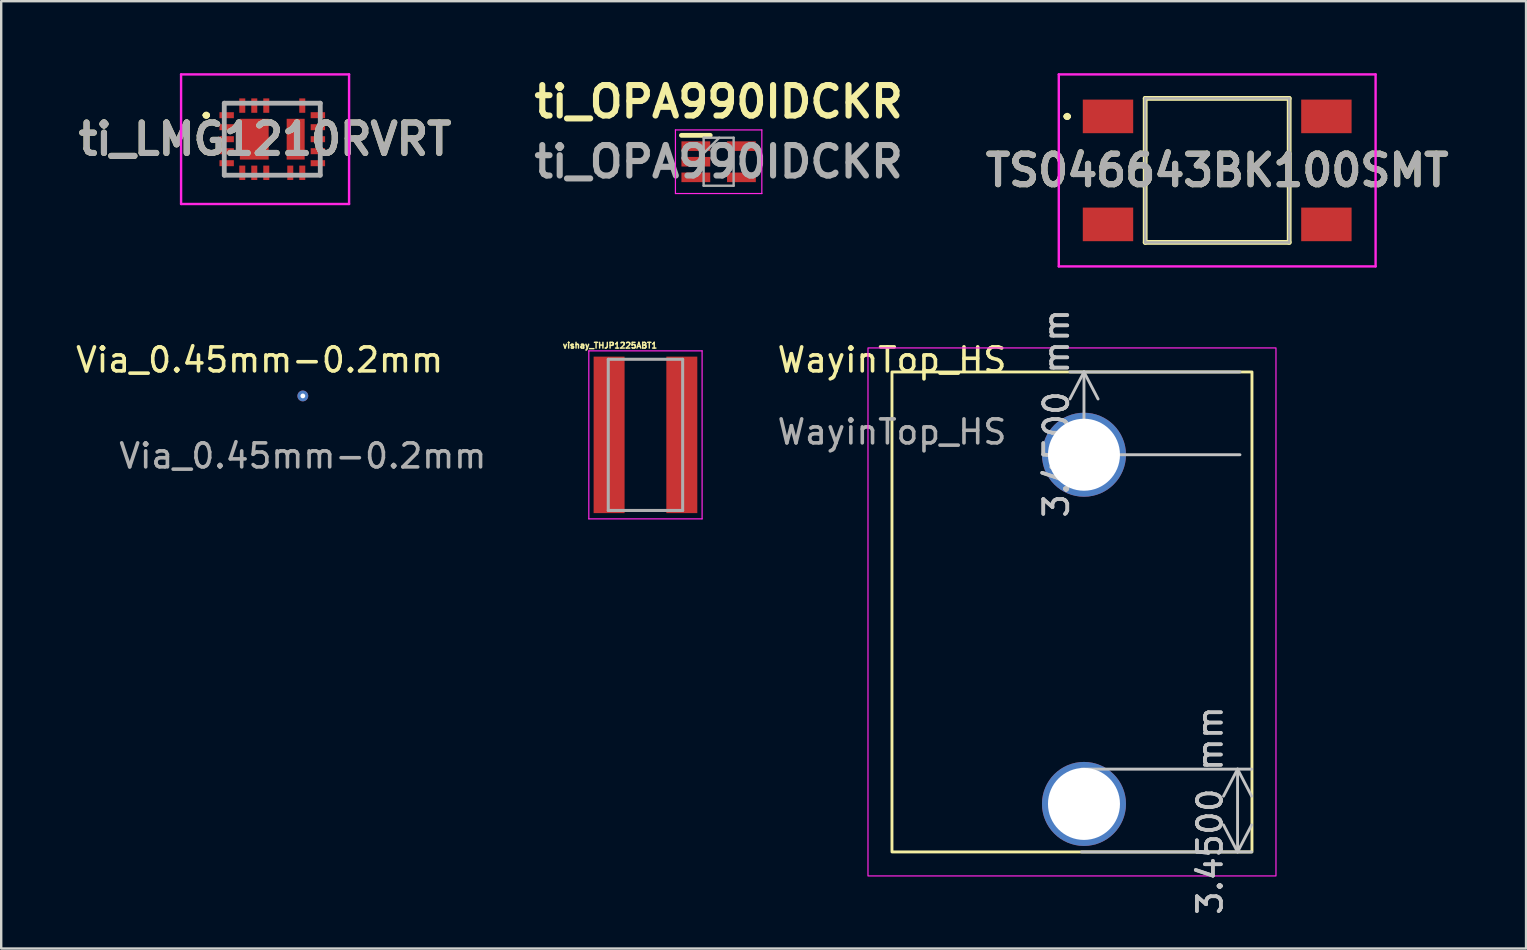
<source format=kicad_pcb>
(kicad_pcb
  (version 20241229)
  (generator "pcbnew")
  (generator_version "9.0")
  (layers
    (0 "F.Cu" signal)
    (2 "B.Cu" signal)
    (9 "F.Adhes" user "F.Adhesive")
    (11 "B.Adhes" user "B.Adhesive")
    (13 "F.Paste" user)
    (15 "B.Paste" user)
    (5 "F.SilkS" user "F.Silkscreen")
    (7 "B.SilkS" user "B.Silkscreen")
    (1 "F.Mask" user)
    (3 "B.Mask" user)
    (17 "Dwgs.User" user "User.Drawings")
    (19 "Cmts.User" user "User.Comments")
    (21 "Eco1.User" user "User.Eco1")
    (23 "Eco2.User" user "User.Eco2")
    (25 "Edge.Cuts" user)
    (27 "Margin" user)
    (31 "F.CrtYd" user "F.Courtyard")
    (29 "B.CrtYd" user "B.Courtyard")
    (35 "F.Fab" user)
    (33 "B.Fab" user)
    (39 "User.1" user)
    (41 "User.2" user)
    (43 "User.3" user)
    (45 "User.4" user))
  (footprint "WayinTop_HS"
    (layer "F.Cu")
    (at 34.117 12.448)
    (property "Reference" "WayinTop_HS" (at 0 -0.5 0) (unlocked yes) (layer "F.SilkS") (effects (font (size 1 1) (thickness 0.15))))
    (attr through_hole)
    (fp_rect (start 0 0) (end 15 20) (stroke (width 0.12) (type default)) (fill no) (layer "F.SilkS"))
    (fp_rect (start -1 -1) (end 16 21) (stroke (width 0.05) (type default)) (fill no) (layer "F.CrtYd"))
    (fp_text user "${REFERENCE}" (at 0 2.5 0) (unlocked yes) (layer "F.Fab") (effects (font (size 1 1) (thickness 0.15))))
    (dimension (type aligned) (layer "Dwgs.User") (pts (xy 49.117 12.448) (xy 49.117 15.898)) (height 7) (format (prefix "") (suffix "") (units 3) (units_format 1) (precision 4)) (style (thickness 0.12) (arrow_length 1.27) (text_position_mode 0) (arrow_direction outward) (extension_height 0.586) (extension_offset 0.5) (keep_text_aligned yes)) (gr_text "3.4500 mm" (at 40.967 14.173 90) (layer "Dwgs.User") (effects (font (size 1 1) (thickness 0.15)))))
    (dimension (type aligned) (layer "Dwgs.User") (pts (xy 41.517 32.448) (xy 41.517 28.998)) (height 7) (format (prefix "") (suffix "") (units 3) (units_format 1) (precision 4)) (style (thickness 0.12) (arrow_length 1.27) (text_position_mode 0) (arrow_direction outward) (extension_height 0.586) (extension_offset 0.5) (keep_text_aligned yes)) (gr_text "3.4500 mm" (at 47.367 30.723 90) (layer "Dwgs.User") (effects (font (size 1 1) (thickness 0.15)))))
    (pad "" np_thru_hole circle (at 8 3.45) (size 3.5 3.5) (drill 3) (layers "*.Cu" "*.Mask"))
    (pad "" np_thru_hole circle (at 8 18) (size 3.5 3.5) (drill 3) (layers "*.Cu" "*.Mask")))
  (footprint "Via_0.45mm-0.2mm"
    (layer "F.Cu")
    (at 9.568 13.448)
    (property "Reference" "Via_0.45mm-0.2mm" (at -1.8 -1.5 0) (unlocked yes) (layer "F.SilkS") (effects (font (size 1 1) (thickness 0.15))))
    (attr through_hole)
    (fp_text user "${REFERENCE}" (at 0 2.5 0) (unlocked yes) (layer "F.Fab") (effects (font (size 1 1) (thickness 0.15))))
    (pad "1" thru_hole circle (at 0 0) (size 0.45 0.45) (drill 0.2) (layers "*.Cu" "*.Mask")))
  (footprint "ti_LMG1210RVRT"
    (layer "F.Cu")
    (at 8.295 2.75)
    (property "Reference" "ti_LMG1210RVRT" (at -0.3 0 0) (layer "F.SilkS") (effects (font (size 1.27 1.27) (thickness 0.254))))
    (attr smd)
    (fp_line (start -2.8 -1) (end -2.8 -1) (stroke (width 0.2) (type solid)) (layer "F.SilkS"))
    (fp_line (start -2.8 -1) (end -2.8 -1) (stroke (width 0.2) (type solid)) (layer "F.SilkS"))
    (fp_line (start -2.7 -1) (end -2.7 -1) (stroke (width 0.2) (type solid)) (layer "F.SilkS"))
    (fp_line (start -2 -1.5) (end -2 -1.5) (stroke (width 0.1) (type solid)) (layer "F.SilkS"))
    (fp_line (start -2 -1.5) (end -1.75 -1.5) (stroke (width 0.1) (type solid)) (layer "F.SilkS"))
    (fp_line (start -2 1.5) (end -2 1.5) (stroke (width 0.1) (type solid)) (layer "F.SilkS"))
    (fp_line (start -2 1.5) (end -1.75 1.5) (stroke (width 0.1) (type solid)) (layer "F.SilkS"))
    (fp_line (start -1.75 -1.5) (end -2 -1.5) (stroke (width 0.1) (type solid)) (layer "F.SilkS"))
    (fp_line (start -1.75 -1.5) (end -1.75 -1.5) (stroke (width 0.1) (type solid)) (layer "F.SilkS"))
    (fp_line (start -1.75 1.5) (end -2 1.5) (stroke (width 0.1) (type solid)) (layer "F.SilkS"))
    (fp_line (start -1.75 1.5) (end -1.75 1.5) (stroke (width 0.1) (type solid)) (layer "F.SilkS"))
    (fp_line (start 0.25 -1.5) (end 0.25 -1.5) (stroke (width 0.1) (type solid)) (layer "F.SilkS"))
    (fp_line (start 0.25 -1.5) (end 0.75 -1.5) (stroke (width 0.1) (type solid)) (layer "F.SilkS"))
    (fp_line (start 0.75 -1.5) (end 0.25 -1.5) (stroke (width 0.1) (type solid)) (layer "F.SilkS"))
    (fp_line (start 0.75 -1.5) (end 0.75 -1.5) (stroke (width 0.1) (type solid)) (layer "F.SilkS"))
    (fp_line (start 1.75 -1.5) (end 1.75 -1.5) (stroke (width 0.1) (type solid)) (layer "F.SilkS"))
    (fp_line (start 1.75 -1.5) (end 2 -1.5) (stroke (width 0.1) (type solid)) (layer "F.SilkS"))
    (fp_line (start 1.75 1.5) (end 1.75 1.5) (stroke (width 0.1) (type solid)) (layer "F.SilkS"))
    (fp_line (start 1.75 1.5) (end 2 1.5) (stroke (width 0.1) (type solid)) (layer "F.SilkS"))
    (fp_line (start 2 -1.5) (end 1.75 -1.5) (stroke (width 0.1) (type solid)) (layer "F.SilkS"))
    (fp_line (start 2 -1.5) (end 2 -1.5) (stroke (width 0.1) (type solid)) (layer "F.SilkS"))
    (fp_line (start 2 1.5) (end 1.75 1.5) (stroke (width 0.1) (type solid)) (layer "F.SilkS"))
    (fp_line (start 2 1.5) (end 2 1.5) (stroke (width 0.1) (type solid)) (layer "F.SilkS"))
    (fp_arc (start -2.8 -1) (mid -2.75 -1.05) (end -2.7 -1) (stroke (width 0.2) (type solid)) (layer "F.SilkS"))
    (fp_arc (start -2.7 -1) (mid -2.75 -0.95) (end -2.8 -1) (stroke (width 0.2) (type solid)) (layer "F.SilkS"))
    (fp_arc (start -2.7 -1) (mid -2.75 -0.95) (end -2.8 -1) (stroke (width 0.2) (type solid)) (layer "F.SilkS"))
    (fp_line (start -3.8 -2.7) (end 3.2 -2.7) (stroke (width 0.1) (type solid)) (layer "F.CrtYd"))
    (fp_line (start -3.8 2.7) (end -3.8 -2.7) (stroke (width 0.1) (type solid)) (layer "F.CrtYd"))
    (fp_line (start 3.2 -2.7) (end 3.2 2.7) (stroke (width 0.1) (type solid)) (layer "F.CrtYd"))
    (fp_line (start 3.2 2.7) (end -3.8 2.7) (stroke (width 0.1) (type solid)) (layer "F.CrtYd"))
    (fp_line (start -2 -1.5) (end -2 1.5) (stroke (width 0.2) (type solid)) (layer "F.Fab"))
    (fp_line (start -2 1.5) (end 2 1.5) (stroke (width 0.2) (type solid)) (layer "F.Fab"))
    (fp_line (start 2 -1.5) (end -2 -1.5) (stroke (width 0.2) (type solid)) (layer "F.Fab"))
    (fp_line (start 2 1.5) (end 2 -1.5) (stroke (width 0.2) (type solid)) (layer "F.Fab"))
    (fp_text user "${REFERENCE}" (at -0.3 0 0) (layer "F.Fab") (effects (font (size 1.27 1.27) (thickness 0.254))))
    (pad "1" smd rect (at -1.9 -1 90) (size 0.25 0.6) (layers "F.Cu" "F.Mask" "F.Paste"))
    (pad "2" smd rect (at -1.9 -0.5 90) (size 0.25 0.6) (layers "F.Cu" "F.Mask" "F.Paste"))
    (pad "3" smd rect (at -1.9 0 90) (size 0.25 0.6) (layers "F.Cu" "F.Mask" "F.Paste"))
    (pad "4" smd rect (at -1.9 0.5 90) (size 0.25 0.6) (layers "F.Cu" "F.Mask" "F.Paste"))
    (pad "5" smd rect (at -1.9 1 90) (size 0.25 0.6) (layers "F.Cu" "F.Mask" "F.Paste"))
    (pad "6" smd rect (at -1.25 1.4) (size 0.25 0.6) (layers "F.Cu" "F.Mask" "F.Paste"))
    (pad "7" smd rect (at -0.75 1.4) (size 0.25 0.6) (layers "F.Cu" "F.Mask" "F.Paste"))
    (pad "8" smd rect (at -0.25 1.4) (size 0.25 0.6) (layers "F.Cu" "F.Mask" "F.Paste"))
    (pad "9" smd rect (at 0.75 1.4) (size 0.25 0.6) (layers "F.Cu" "F.Mask" "F.Paste"))
    (pad "10" smd rect (at 1.25 1.4) (size 0.25 0.6) (layers "F.Cu" "F.Mask" "F.Paste"))
    (pad "11" smd rect (at 1.9 1 90) (size 0.25 0.6) (layers "F.Cu" "F.Mask" "F.Paste"))
    (pad "12" smd rect (at 1.9 0.5 90) (size 0.25 0.6) (layers "F.Cu" "F.Mask" "F.Paste"))
    (pad "13" smd rect (at 1.9 0 90) (size 0.25 0.6) (layers "F.Cu" "F.Mask" "F.Paste"))
    (pad "14" smd rect (at 1.9 -0.5 90) (size 0.25 0.6) (layers "F.Cu" "F.Mask" "F.Paste"))
    (pad "15" smd rect (at 1.9 -1 90) (size 0.25 0.6) (layers "F.Cu" "F.Mask" "F.Paste"))
    (pad "16" smd rect (at 1.25 -1.4) (size 0.25 0.6) (layers "F.Cu" "F.Mask" "F.Paste"))
    (pad "17" smd rect (at -0.25 -1.4) (size 0.25 0.6) (layers "F.Cu" "F.Mask" "F.Paste"))
    (pad "18" smd rect (at -0.75 -1.4) (size 0.25 0.6) (layers "F.Cu" "F.Mask" "F.Paste"))
    (pad "19" smd rect (at -1.25 -1.4) (size 0.25 0.6) (layers "F.Cu" "F.Mask" "F.Paste"))
    (pad "20" smd rect (at -0.75 0) (size 1.2 1.7) (layers "F.Cu" "F.Mask" "F.Paste"))
    (pad "21" smd rect (at 0.975 0) (size 0.75 1.7) (layers "F.Cu" "F.Mask" "F.Paste")))
  (footprint "TS046643BK100SMT"
    (layer "F.Cu")
    (at 47.668 4.05)
    (property "Reference" "TS046643BK100SMT" (at 0 0 0) (layer "F.SilkS") (effects (font (size 1.27 1.27) (thickness 0.254))))
    (attr smd)
    (fp_line (start -6.3 -2.25) (end -6.3 -2.25) (stroke (width 0.2) (type solid)) (layer "F.SilkS"))
    (fp_line (start -6.3 -2.25) (end -6.3 -2.25) (stroke (width 0.2) (type solid)) (layer "F.SilkS"))
    (fp_line (start -6.2 -2.25) (end -6.2 -2.25) (stroke (width 0.2) (type solid)) (layer "F.SilkS"))
    (fp_line (start -3 -3) (end 3 -3) (stroke (width 0.2) (type solid)) (layer "F.SilkS"))
    (fp_line (start -3 3) (end -3 -3) (stroke (width 0.2) (type solid)) (layer "F.SilkS"))
    (fp_line (start 3 -3) (end 3 3) (stroke (width 0.2) (type solid)) (layer "F.SilkS"))
    (fp_line (start 3 3) (end -3 3) (stroke (width 0.2) (type solid)) (layer "F.SilkS"))
    (fp_arc (start -6.3 -2.25) (mid -6.25 -2.3) (end -6.2 -2.25) (stroke (width 0.2) (type solid)) (layer "F.SilkS"))
    (fp_arc (start -6.2 -2.25) (mid -6.25 -2.2) (end -6.3 -2.25) (stroke (width 0.2) (type solid)) (layer "F.SilkS"))
    (fp_arc (start -6.2 -2.25) (mid -6.25 -2.2) (end -6.3 -2.25) (stroke (width 0.2) (type solid)) (layer "F.SilkS"))
    (fp_line (start -6.6 -4) (end 6.6 -4) (stroke (width 0.1) (type solid)) (layer "F.CrtYd"))
    (fp_line (start -6.6 4) (end -6.6 -4) (stroke (width 0.1) (type solid)) (layer "F.CrtYd"))
    (fp_line (start 6.6 -4) (end 6.6 4) (stroke (width 0.1) (type solid)) (layer "F.CrtYd"))
    (fp_line (start 6.6 4) (end -6.6 4) (stroke (width 0.1) (type solid)) (layer "F.CrtYd"))
    (fp_line (start -3 -3) (end 3 -3) (stroke (width 0.1) (type solid)) (layer "F.Fab"))
    (fp_line (start -3 3) (end -3 -3) (stroke (width 0.1) (type solid)) (layer "F.Fab"))
    (fp_line (start 3 -3) (end 3 3) (stroke (width 0.1) (type solid)) (layer "F.Fab"))
    (fp_line (start 3 3) (end -3 3) (stroke (width 0.1) (type solid)) (layer "F.Fab"))
    (fp_text user "${REFERENCE}" (at 0 0 0) (layer "F.Fab") (effects (font (size 1.27 1.27) (thickness 0.254))))
    (pad "1" smd rect (at -4.55 -2.25 90) (size 1.4 2.1) (layers "F.Cu" "F.Mask" "F.Paste"))
    (pad "2" smd rect (at 4.55 -2.25 90) (size 1.4 2.1) (layers "F.Cu" "F.Mask" "F.Paste"))
    (pad "3" smd rect (at -4.55 2.25 90) (size 1.4 2.1) (layers "F.Cu" "F.Mask" "F.Paste"))
    (pad "4" smd rect (at 4.55 2.25 90) (size 1.4 2.1) (layers "F.Cu" "F.Mask" "F.Paste")))
  (footprint "ti_OPA990IDCKR"
    (layer "F.Cu")
    (at 26.894 3.689)
    (property "Reference" "ti_OPA990IDCKR" (at 0 -2.5 0) (layer "F.SilkS") (effects (font (size 1.27 1.27) (thickness 0.254))))
    (attr smd)
    (fp_line (start -1.55 -1.1) (end -0.35 -1.1) (stroke (width 0.2) (type solid)) (layer "F.SilkS"))
    (fp_line (start -1.8 -1.325) (end 1.8 -1.325) (stroke (width 0.05) (type solid)) (layer "F.CrtYd"))
    (fp_line (start -1.8 1.325) (end -1.8 -1.325) (stroke (width 0.05) (type solid)) (layer "F.CrtYd"))
    (fp_line (start 1.8 -1.325) (end 1.8 1.325) (stroke (width 0.05) (type solid)) (layer "F.CrtYd"))
    (fp_line (start 1.8 1.325) (end -1.8 1.325) (stroke (width 0.05) (type solid)) (layer "F.CrtYd"))
    (fp_line (start -0.625 -1) (end 0.625 -1) (stroke (width 0.1) (type solid)) (layer "F.Fab"))
    (fp_line (start -0.625 -0.35) (end 0.025 -1) (stroke (width 0.1) (type solid)) (layer "F.Fab"))
    (fp_line (start -0.625 1) (end -0.625 -1) (stroke (width 0.1) (type solid)) (layer "F.Fab"))
    (fp_line (start 0.625 -1) (end 0.625 1) (stroke (width 0.1) (type solid)) (layer "F.Fab"))
    (fp_line (start 0.625 1) (end -0.625 1) (stroke (width 0.1) (type solid)) (layer "F.Fab"))
    (fp_text user "${REFERENCE}" (at 0 0 0) (layer "F.Fab") (effects (font (size 1.27 1.27) (thickness 0.254))))
    (pad "1" smd rect (at -0.95 -0.65 90) (size 0.4 1.2) (layers "F.Cu" "F.Mask" "F.Paste"))
    (pad "2" smd rect (at -0.95 0 90) (size 0.4 1.2) (layers "F.Cu" "F.Mask" "F.Paste"))
    (pad "3" smd rect (at -0.95 0.65 90) (size 0.4 1.2) (layers "F.Cu" "F.Mask" "F.Paste"))
    (pad "4" smd rect (at 0.95 0.65 90) (size 0.4 1.2) (layers "F.Cu" "F.Mask" "F.Paste"))
    (pad "5" smd rect (at 0.95 -0.65 90) (size 0.4 1.2) (layers "F.Cu" "F.Mask" "F.Paste")))
  (footprint "vishay_THJP1225ABT1"
    (layer "F.Cu")
    (at 23.845 15.07)
    (property "Reference" "vishay_THJP1225ABT1" (at -1.481 -3.724 0) (layer "F.SilkS") (effects (font (size 0.24 0.24) (thickness 0.15))))
    (attr smd)
    (fp_line (start -2.36 -3.5) (end 2.36 -3.5) (stroke (width 0.05) (type solid)) (layer "F.CrtYd"))
    (fp_line (start -2.36 3.5) (end -2.36 -3.5) (stroke (width 0.05) (type solid)) (layer "F.CrtYd"))
    (fp_line (start 2.36 -3.5) (end 2.36 3.5) (stroke (width 0.05) (type solid)) (layer "F.CrtYd"))
    (fp_line (start 2.36 3.5) (end -2.36 3.5) (stroke (width 0.05) (type solid)) (layer "F.CrtYd"))
    (fp_line (start -1.55 -3.15) (end 1.55 -3.15) (stroke (width 0.127) (type solid)) (layer "F.Fab"))
    (fp_line (start -1.55 3.15) (end -1.55 -3.15) (stroke (width 0.127) (type solid)) (layer "F.Fab"))
    (fp_line (start 1.55 3.15) (end -1.55 3.15) (stroke (width 0.127) (type solid)) (layer "F.Fab"))
    (fp_line (start 1.55 3.15) (end 1.55 -3.15) (stroke (width 0.127) (type solid)) (layer "F.Fab"))
    (pad "1" smd rect (at -1.515 0) (size 1.29 6.52) (layers "F.Cu" "F.Mask" "F.Paste"))
    (pad "2" smd rect (at 1.515 0) (size 1.29 6.52) (layers "F.Cu" "F.Mask" "F.Paste")))
  (gr_rect
    (start -3 -3)
    (end 60.538 36.473)
    (stroke (width 0.1) (type default))
    (fill no)
    (layer "Edge.Cuts")))
</source>
